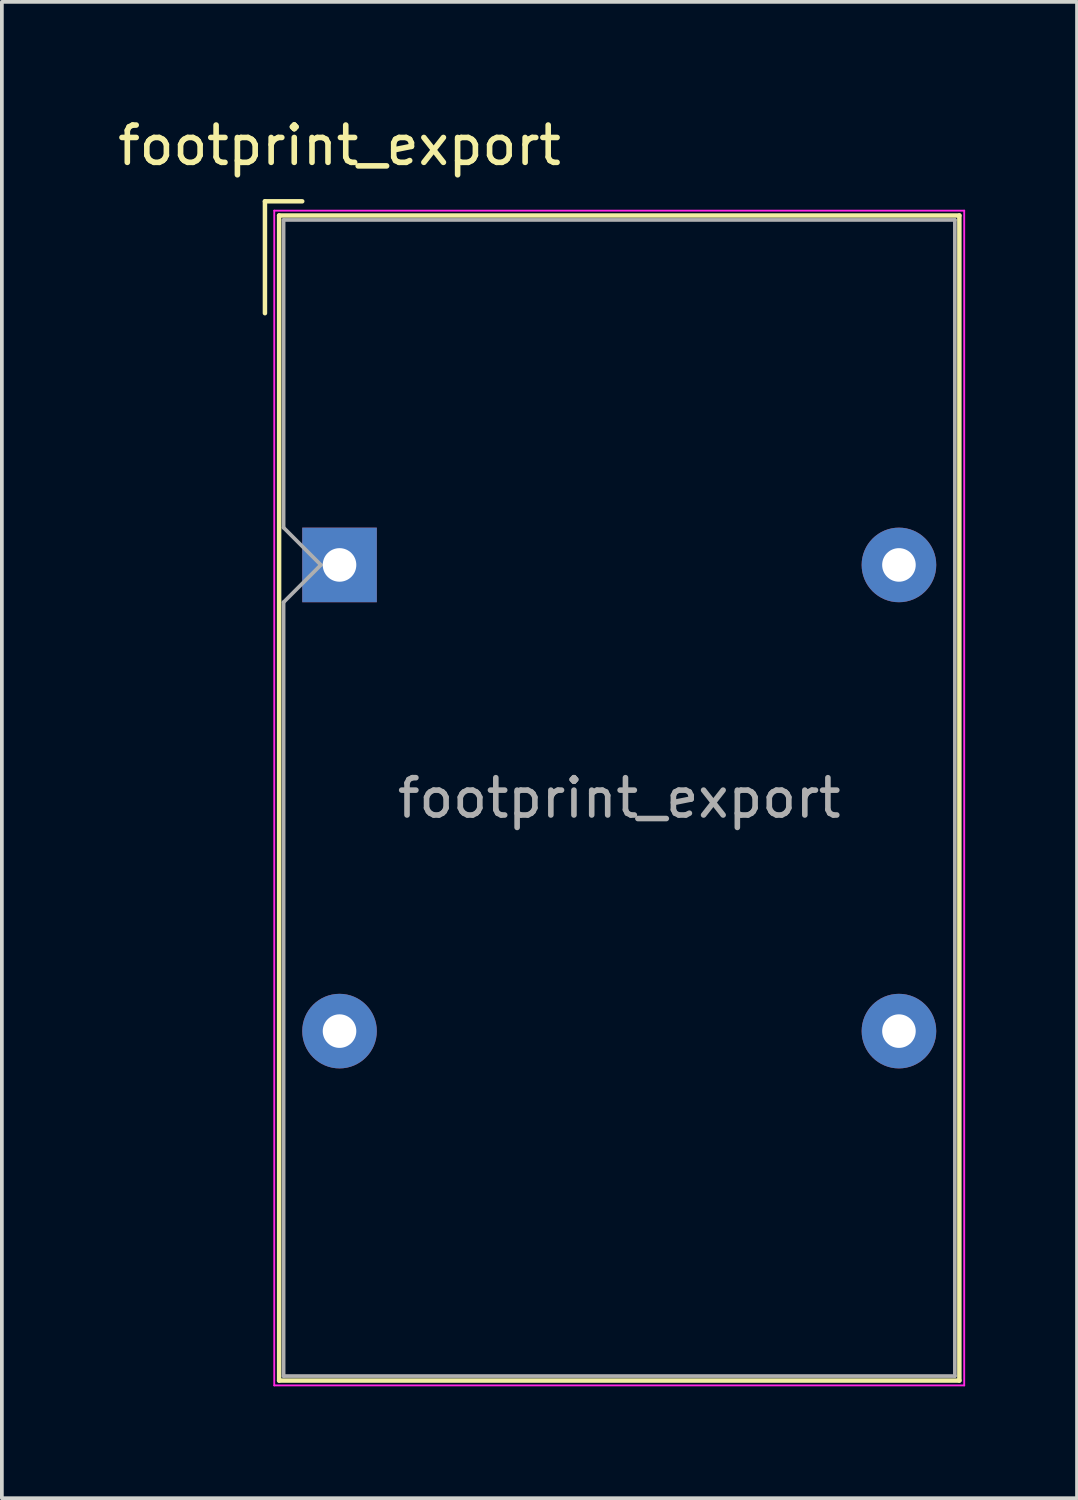
<source format=kicad_pcb>
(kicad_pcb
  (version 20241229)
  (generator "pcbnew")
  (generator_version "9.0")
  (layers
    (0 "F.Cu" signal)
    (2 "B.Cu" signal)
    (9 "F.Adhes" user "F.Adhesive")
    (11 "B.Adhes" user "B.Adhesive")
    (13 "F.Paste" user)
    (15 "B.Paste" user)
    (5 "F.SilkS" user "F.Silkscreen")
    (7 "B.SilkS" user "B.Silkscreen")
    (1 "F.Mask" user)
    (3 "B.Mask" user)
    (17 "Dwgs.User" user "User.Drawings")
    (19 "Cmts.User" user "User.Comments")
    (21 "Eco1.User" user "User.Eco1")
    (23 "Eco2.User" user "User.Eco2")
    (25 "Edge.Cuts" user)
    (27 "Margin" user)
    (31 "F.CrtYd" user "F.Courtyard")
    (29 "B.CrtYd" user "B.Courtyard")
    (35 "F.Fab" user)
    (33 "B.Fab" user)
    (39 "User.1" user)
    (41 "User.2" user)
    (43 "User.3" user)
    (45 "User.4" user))
  (footprint "footprint_export"
    (layer "F.Cu")
    (at 6.054 12.098)
    (property "Reference" "footprint_export" (at 0 -11.25 0) (layer "F.SilkS") (effects (font (size 1 1) (thickness 0.15))))
    (attr through_hole)
    (fp_line (start -2 -9.75) (end -2 -6.75) (stroke (width 0.12) (type solid)) (layer "F.SilkS"))
    (fp_line (start -2 -9.75) (end -1 -9.75) (stroke (width 0.12) (type solid)) (layer "F.SilkS"))
    (fp_line (start -1.62 -9.37) (end 16.62 -9.37) (stroke (width 0.12) (type solid)) (layer "F.SilkS"))
    (fp_line (start -1.62 21.87) (end -1.62 -9.37) (stroke (width 0.12) (type solid)) (layer "F.SilkS"))
    (fp_line (start 16.62 -9.37) (end 16.62 21.87) (stroke (width 0.12) (type solid)) (layer "F.SilkS"))
    (fp_line (start 16.62 21.87) (end -1.62 21.87) (stroke (width 0.12) (type solid)) (layer "F.SilkS"))
    (fp_line (start -1.75 -9.5) (end -1.75 22) (stroke (width 0.05) (type solid)) (layer "F.CrtYd"))
    (fp_line (start -1.75 22) (end 16.75 22) (stroke (width 0.05) (type solid)) (layer "F.CrtYd"))
    (fp_line (start 16.75 -9.5) (end -1.75 -9.5) (stroke (width 0.05) (type solid)) (layer "F.CrtYd"))
    (fp_line (start 16.75 22) (end 16.75 -9.5) (stroke (width 0.05) (type solid)) (layer "F.CrtYd"))
    (fp_line (start -1.5 -9.25) (end 16.5 -9.25) (stroke (width 0.1) (type solid)) (layer "F.Fab"))
    (fp_line (start -1.5 -1) (end -1.5 -9.25) (stroke (width 0.1) (type solid)) (layer "F.Fab"))
    (fp_line (start -1.5 1) (end -0.5 0) (stroke (width 0.1) (type solid)) (layer "F.Fab"))
    (fp_line (start -1.5 21.75) (end -1.5 1) (stroke (width 0.1) (type solid)) (layer "F.Fab"))
    (fp_line (start -0.5 0) (end -1.5 -1) (stroke (width 0.1) (type solid)) (layer "F.Fab"))
    (fp_line (start 16.5 -9.25) (end 16.5 21.75) (stroke (width 0.1) (type solid)) (layer "F.Fab"))
    (fp_line (start 16.5 21.75) (end -1.5 21.75) (stroke (width 0.1) (type solid)) (layer "F.Fab"))
    (fp_text user "${REFERENCE}" (at 7.5 6.25 0) (layer "F.Fab") (effects (font (size 1 1) (thickness 0.15))))
    (pad "1" thru_hole rect (at 0 0) (size 2 2) (drill 0.9) (layers "*.Cu" "*.Mask"))
    (pad "2" thru_hole circle (at 15 0) (size 2 2) (drill 0.9) (layers "*.Cu" "*.Mask"))
    (pad "3" thru_hole circle (at 0 12.5) (size 2 2) (drill 0.9) (layers "*.Cu" "*.Mask"))
    (pad "4" thru_hole circle (at 15 12.5) (size 2 2) (drill 0.9) (layers "*.Cu" "*.Mask")))
  (gr_rect
    (start -3 -3)
    (end 25.829 37.123)
    (stroke (width 0.1) (type default))
    (fill no)
    (layer "Edge.Cuts")))
</source>
